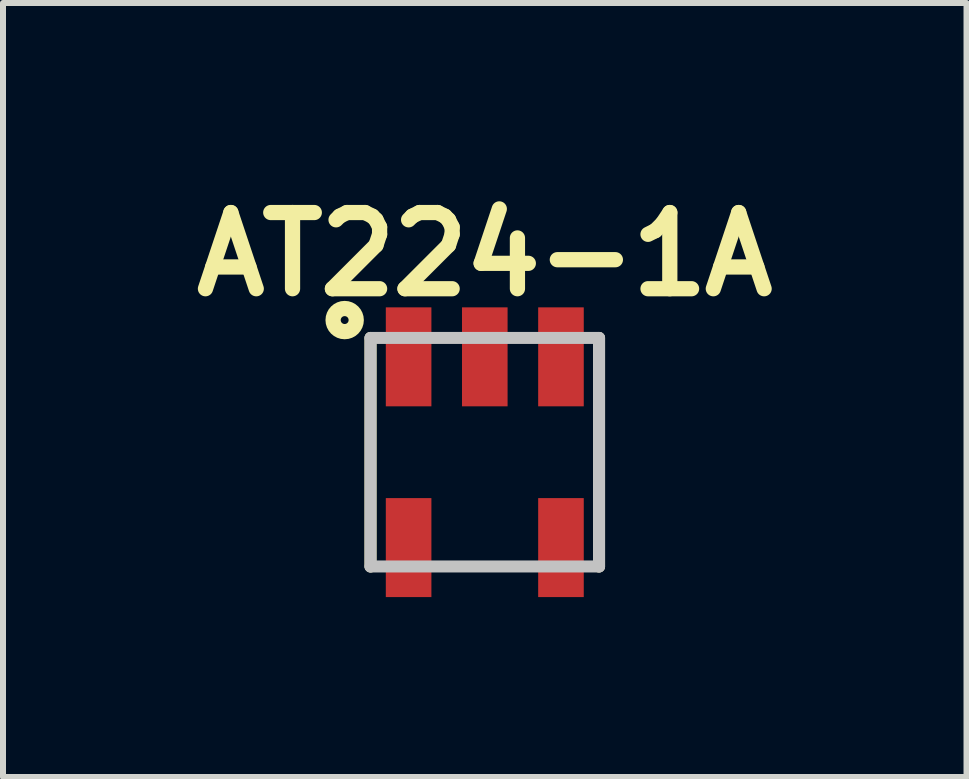
<source format=kicad_pcb>
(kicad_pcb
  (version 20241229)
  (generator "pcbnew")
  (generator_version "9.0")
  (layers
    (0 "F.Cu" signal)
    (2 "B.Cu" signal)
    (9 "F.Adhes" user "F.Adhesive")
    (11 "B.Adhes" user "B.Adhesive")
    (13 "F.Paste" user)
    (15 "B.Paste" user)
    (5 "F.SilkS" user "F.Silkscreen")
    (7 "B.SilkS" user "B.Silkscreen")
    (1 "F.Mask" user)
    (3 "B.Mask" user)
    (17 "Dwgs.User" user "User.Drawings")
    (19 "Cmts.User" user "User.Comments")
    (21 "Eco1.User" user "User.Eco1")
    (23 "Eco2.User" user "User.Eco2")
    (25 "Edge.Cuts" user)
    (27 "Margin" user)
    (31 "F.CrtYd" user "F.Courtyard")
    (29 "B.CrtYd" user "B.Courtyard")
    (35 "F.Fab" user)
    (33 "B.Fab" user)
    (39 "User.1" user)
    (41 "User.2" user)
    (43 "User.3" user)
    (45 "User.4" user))
  (footprint "AT224-1A"
    (layer "F.Cu")
    (at 5.032 4.489)
    (property "Reference" "AT224-1A" (at 0 -3.3 0) (layer "F.SilkS") (effects (font (size 1.27 1.27) (thickness 0.254))))
    (attr smd)
    (fp_line (start -1.905 -1.905) (end -1.905 1.905) (stroke (width 0.2) (type solid)) (layer "F.SilkS"))
    (fp_line (start 1.905 -1.905) (end 1.905 1.905) (stroke (width 0.2) (type solid)) (layer "F.SilkS"))
    (fp_circle (center -2.336 -2.203) (end -2.402 -2.203) (stroke (width 0.254) (type solid)) (fill no) (layer "F.SilkS"))
    (fp_line (start -1.905 -1.905) (end 1.905 -1.905) (stroke (width 0.2) (type solid)) (layer "Dwgs.User"))
    (fp_line (start -1.905 1.905) (end -1.905 -1.905) (stroke (width 0.2) (type solid)) (layer "Dwgs.User"))
    (fp_line (start 1.905 -1.905) (end 1.905 1.905) (stroke (width 0.2) (type solid)) (layer "Dwgs.User"))
    (fp_line (start 1.905 1.905) (end -1.905 1.905) (stroke (width 0.2) (type solid)) (layer "Dwgs.User"))
    (pad "1" smd rect (at -1.27 -1.59) (size 0.76 1.65) (layers "F.Cu" "F.Mask" "F.Paste"))
    (pad "2" smd rect (at 0 -1.59) (size 0.76 1.65) (layers "F.Cu" "F.Mask" "F.Paste"))
    (pad "3" smd rect (at 1.27 -1.59) (size 0.76 1.65) (layers "F.Cu" "F.Mask" "F.Paste"))
    (pad "4" smd rect (at 1.27 1.59) (size 0.76 1.65) (layers "F.Cu" "F.Mask" "F.Paste"))
    (pad "6" smd rect (at -1.27 1.59) (size 0.76 1.65) (layers "F.Cu" "F.Mask" "F.Paste")))
  (gr_rect
    (start -3 -3)
    (end 13.063 9.904)
    (stroke (width 0.1) (type default))
    (fill no)
    (layer "Edge.Cuts")))
</source>
